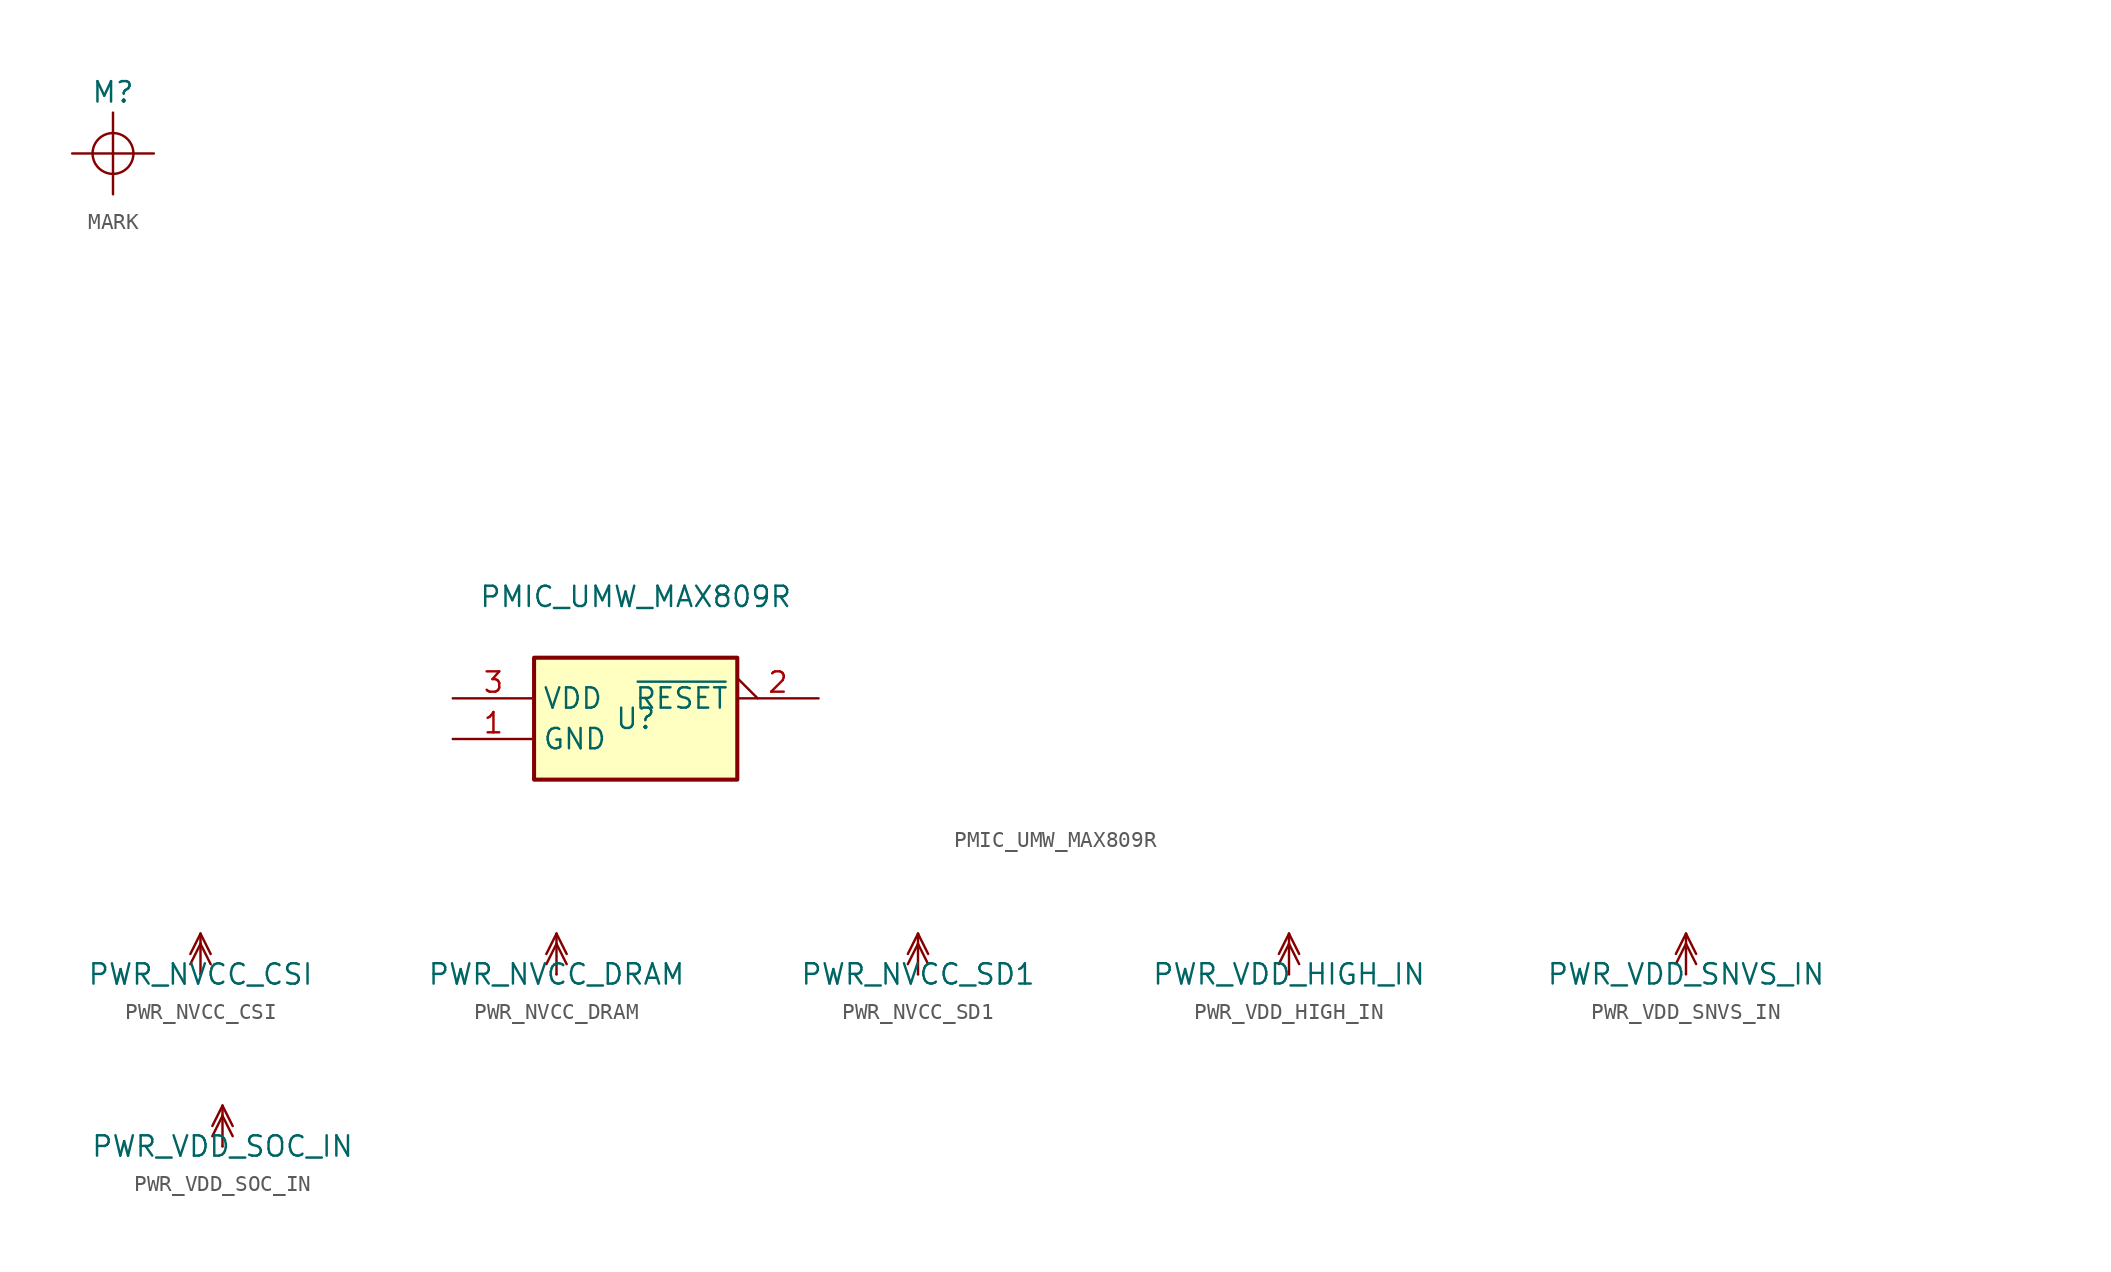
<source format=kicad_sym>
(kicad_symbol_lib
  (version 20231120)
  (generator "kicad_symbol_editor")
  (generator_version "8.0")
  (symbol "MARK"
    (property "Reference" "M"
      (at 0 3.81 0)
      (effects (font (size 1.27 1.27))))
    (symbol "MARK_0_1"
      (polyline (pts (xy -2.54 0) (xy 2.54 0)) (stroke (width 0) (type default)) (fill (type none)))
      (polyline (pts (xy 0 2.54) (xy 0 -2.54)) (stroke (width 0) (type default)) (fill (type none)))
      (circle (center 0 0) (radius 1.27) (stroke (width 0) (type default)) (fill (type none)))))
  (symbol "PMIC_UMW_MAX809R"
    (property "Reference" "U"
      (at 0 0 0)
      (effects (font (size 1.27 1.27))))
    (property "Value" "PMIC_UMW_MAX809R"
      (at 0 7.62 0)
      (effects (font (size 1.27 1.27))))
    (symbol "PMIC_UMW_MAX809R_1_1"
      (rectangle (start -6.35 3.81) (end 6.35 -3.81) (stroke (width 0.254) (type default)) (fill (type background)))
      (text private "~{RESET}:\n	Reset signal output, delay 140ms and pull high.\n	Suggest 100k external pull-up." (at 25.4 2.54 0) (effects (font (size 1.27 1.27)) (justify left top)))
      (text_box private "MAX809R asserts a reset signal whenever the VCC supply voltage falls below a preset threshold, keeping it asserted for at least 140ms after VCC has risen above the reset threshold.\n\nR: Reset threshold 2.63V." (at -25.4 22.86 0) (size 50.8 -13.97) (stroke (width 0) (type default)) (fill (type none)) (effects (font (size 1.27 1.27)) (justify left top)))
      (pin power_in line (at -11.43 -1.27 0) (length 5.08) (name "GND" (effects (font (size 1.27 1.27)))) (number "1" (effects (font (size 1.27 1.27)))))
      (pin output output_low (at 11.43 1.27 180) (length 5.08) (name "~{RESET}" (effects (font (size 1.27 1.27)))) (number "2" (effects (font (size 1.27 1.27)))))
      (pin power_in line (at -11.43 1.27 0) (length 5.08) (name "VDD" (effects (font (size 1.27 1.27)))) (number "3" (effects (font (size 1.27 1.27)))))))
  (symbol "PWR_NVCC_CSI"
    (power)
    (pin_numbers hide)
    (pin_names hide)
    (property "Reference" "#PWR_NVCC_CSI"
      (at 0 0 0)
      (effects (font (size 1.27 1.27)) (hide yes)))
    (property "Value" "PWR_NVCC_CSI"
      (at 0 0 0)
      (effects (font (size 1.27 1.27))))
    (symbol "PWR_NVCC_CSI_0_1"
      (polyline (pts (xy -0.635 0.635) (xy 0 1.905)) (stroke (width 0) (type default)) (fill (type none)))
      (polyline (pts (xy -0.635 1.27) (xy 0 2.54)) (stroke (width 0) (type default)) (fill (type none)))
      (polyline (pts (xy 0 2.54) (xy 0 0)) (stroke (width 0) (type default)) (fill (type none)))
      (polyline (pts (xy 0.635 0.635) (xy 0 1.905)) (stroke (width 0) (type default)) (fill (type none)))
      (polyline (pts (xy 0.635 1.27) (xy 0 2.54)) (stroke (width 0) (type default)) (fill (type none))))
    (symbol "PWR_NVCC_CSI_1_1"
      (pin power_in line (at 0 0 0) (length 0) (name "" (effects (font (size 1.27 1.27)))) (number "1" (effects (font (size 1.27 1.27)))))))
  (symbol "PWR_NVCC_DRAM"
    (power)
    (pin_numbers hide)
    (pin_names hide)
    (property "Reference" "#PWR_NVCC_DRAM"
      (at 0 0 0)
      (effects (font (size 1.27 1.27)) (hide yes)))
    (property "Value" "PWR_NVCC_DRAM"
      (at 0 0 0)
      (effects (font (size 1.27 1.27))))
    (symbol "PWR_NVCC_DRAM_0_1"
      (polyline (pts (xy -0.635 0.635) (xy 0 1.905)) (stroke (width 0) (type default)) (fill (type none)))
      (polyline (pts (xy -0.635 1.27) (xy 0 2.54)) (stroke (width 0) (type default)) (fill (type none)))
      (polyline (pts (xy 0 2.54) (xy 0 0)) (stroke (width 0) (type default)) (fill (type none)))
      (polyline (pts (xy 0.635 0.635) (xy 0 1.905)) (stroke (width 0) (type default)) (fill (type none)))
      (polyline (pts (xy 0.635 1.27) (xy 0 2.54)) (stroke (width 0) (type default)) (fill (type none))))
    (symbol "PWR_NVCC_DRAM_1_1"
      (pin power_in line (at 0 0 0) (length 0) (name "" (effects (font (size 1.27 1.27)))) (number "1" (effects (font (size 1.27 1.27)))))))
  (symbol "PWR_NVCC_SD1"
    (power)
    (pin_numbers hide)
    (pin_names hide)
    (property "Reference" "#PWR_NVCC_SD1"
      (at 0 0 0)
      (effects (font (size 1.27 1.27)) (hide yes)))
    (property "Value" "PWR_NVCC_SD1"
      (at 0 0 0)
      (effects (font (size 1.27 1.27))))
    (symbol "PWR_NVCC_SD1_0_1"
      (polyline (pts (xy -0.635 0.635) (xy 0 1.905)) (stroke (width 0) (type default)) (fill (type none)))
      (polyline (pts (xy -0.635 1.27) (xy 0 2.54)) (stroke (width 0) (type default)) (fill (type none)))
      (polyline (pts (xy 0 2.54) (xy 0 0)) (stroke (width 0) (type default)) (fill (type none)))
      (polyline (pts (xy 0.635 0.635) (xy 0 1.905)) (stroke (width 0) (type default)) (fill (type none)))
      (polyline (pts (xy 0.635 1.27) (xy 0 2.54)) (stroke (width 0) (type default)) (fill (type none))))
    (symbol "PWR_NVCC_SD1_1_1"
      (pin power_in line (at 0 0 0) (length 0) (name "" (effects (font (size 1.27 1.27)))) (number "1" (effects (font (size 1.27 1.27)))))))
  (symbol "PWR_VDD_HIGH_IN"
    (power)
    (pin_numbers hide)
    (pin_names hide)
    (property "Reference" "#PWR_VDD_HIGH_IN"
      (at 0 0 0)
      (effects (font (size 1.27 1.27)) (hide yes)))
    (property "Value" "PWR_VDD_HIGH_IN"
      (at 0 0 0)
      (effects (font (size 1.27 1.27))))
    (symbol "PWR_VDD_HIGH_IN_0_1"
      (polyline (pts (xy -0.635 0.635) (xy 0 1.905)) (stroke (width 0) (type default)) (fill (type none)))
      (polyline (pts (xy -0.635 1.27) (xy 0 2.54)) (stroke (width 0) (type default)) (fill (type none)))
      (polyline (pts (xy 0 2.54) (xy 0 0)) (stroke (width 0) (type default)) (fill (type none)))
      (polyline (pts (xy 0.635 0.635) (xy 0 1.905)) (stroke (width 0) (type default)) (fill (type none)))
      (polyline (pts (xy 0.635 1.27) (xy 0 2.54)) (stroke (width 0) (type default)) (fill (type none))))
    (symbol "PWR_VDD_HIGH_IN_1_1"
      (pin power_in line (at 0 0 0) (length 0) (name "" (effects (font (size 1.27 1.27)))) (number "1" (effects (font (size 1.27 1.27)))))))
  (symbol "PWR_VDD_SNVS_IN"
    (power)
    (pin_numbers hide)
    (pin_names hide)
    (property "Reference" "#PWR_VDD_SNVS_IN"
      (at 0 0 0)
      (effects (font (size 1.27 1.27)) (hide yes)))
    (property "Value" "PWR_VDD_SNVS_IN"
      (at 0 0 0)
      (effects (font (size 1.27 1.27))))
    (symbol "PWR_VDD_SNVS_IN_0_1"
      (polyline (pts (xy -0.635 0.635) (xy 0 1.905)) (stroke (width 0) (type default)) (fill (type none)))
      (polyline (pts (xy -0.635 1.27) (xy 0 2.54)) (stroke (width 0) (type default)) (fill (type none)))
      (polyline (pts (xy 0 2.54) (xy 0 0)) (stroke (width 0) (type default)) (fill (type none)))
      (polyline (pts (xy 0.635 0.635) (xy 0 1.905)) (stroke (width 0) (type default)) (fill (type none)))
      (polyline (pts (xy 0.635 1.27) (xy 0 2.54)) (stroke (width 0) (type default)) (fill (type none))))
    (symbol "PWR_VDD_SNVS_IN_1_1"
      (pin power_in line (at 0 0 0) (length 0) (name "" (effects (font (size 1.27 1.27)))) (number "1" (effects (font (size 1.27 1.27)))))))
  (symbol "PWR_VDD_SOC_IN"
    (power)
    (pin_numbers hide)
    (pin_names hide)
    (property "Reference" "#PWR_VDD_SOC_IN"
      (at 0 0 0)
      (effects (font (size 1.27 1.27)) (hide yes)))
    (property "Value" "PWR_VDD_SOC_IN"
      (at 0 0 0)
      (effects (font (size 1.27 1.27))))
    (symbol "PWR_VDD_SOC_IN_0_1"
      (polyline (pts (xy -0.635 0.635) (xy 0 1.905)) (stroke (width 0) (type default)) (fill (type none)))
      (polyline (pts (xy -0.635 1.27) (xy 0 2.54)) (stroke (width 0) (type default)) (fill (type none)))
      (polyline (pts (xy 0 2.54) (xy 0 0)) (stroke (width 0) (type default)) (fill (type none)))
      (polyline (pts (xy 0.635 0.635) (xy 0 1.905)) (stroke (width 0) (type default)) (fill (type none)))
      (polyline (pts (xy 0.635 1.27) (xy 0 2.54)) (stroke (width 0) (type default)) (fill (type none))))
    (symbol "PWR_VDD_SOC_IN_1_1"
      (pin power_in line (at 0 0 0) (length 0) (name "" (effects (font (size 1.27 1.27)))) (number "1" (effects (font (size 1.27 1.27))))))))
</source>
